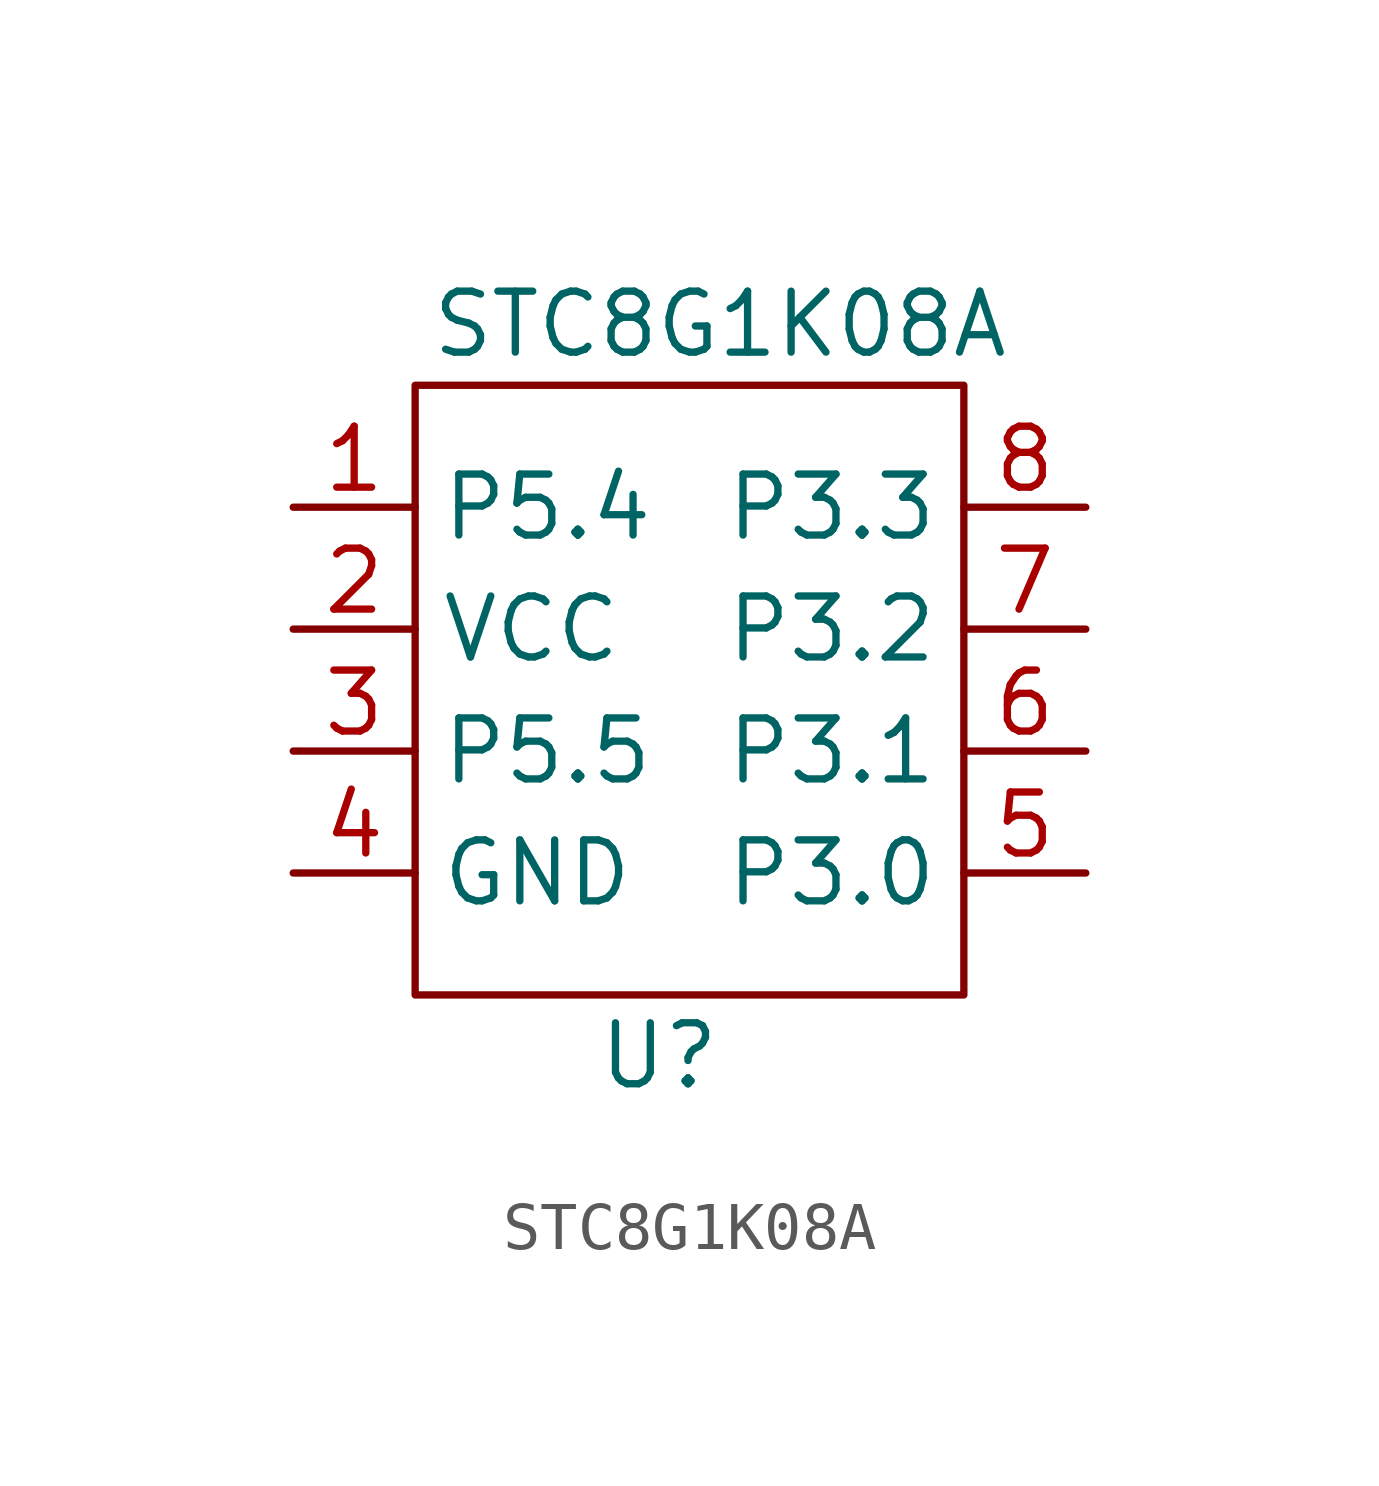
<source format=kicad_sym>
(kicad_symbol_lib
  (version 20211014)
  (generator kicad_symbol_editor)
  (symbol "STC8G1K08A"
    (property "Reference" "U"
      (at 5.08 -13.97 0)
      (effects (font (size 1.27 1.27))))
    (property "Value" "STC8G1K08A"
      (at 6.35 1.27 0)
      (effects (font (size 1.27 1.27))))
    (symbol "STC8G1K08A_0_1"
      (rectangle (start 0 0) (end 11.43 -12.7) (stroke (width 0) (type default) (color 0 0 0 0)) (fill (type none))))
    (symbol "STC8G1K08A_1_1"
      (pin input line (at -2.54 -2.54 0) (length 2.54) (name "P5.4" (effects (font (size 1.27 1.27)))) (number "1" (effects (font (size 1.27 1.27)))))
      (pin input line (at -2.54 -5.08 0) (length 2.54) (name "VCC" (effects (font (size 1.27 1.27)))) (number "2" (effects (font (size 1.27 1.27)))))
      (pin input line (at -2.54 -7.62 0) (length 2.54) (name "P5.5" (effects (font (size 1.27 1.27)))) (number "3" (effects (font (size 1.27 1.27)))))
      (pin input line (at -2.54 -10.16 0) (length 2.54) (name "GND" (effects (font (size 1.27 1.27)))) (number "4" (effects (font (size 1.27 1.27)))))
      (pin input line (at 13.97 -10.16 180) (length 2.54) (name "P3.0" (effects (font (size 1.27 1.27)))) (number "5" (effects (font (size 1.27 1.27)))))
      (pin input line (at 13.97 -7.62 180) (length 2.54) (name "P3.1" (effects (font (size 1.27 1.27)))) (number "6" (effects (font (size 1.27 1.27)))))
      (pin input line (at 13.97 -5.08 180) (length 2.54) (name "P3.2" (effects (font (size 1.27 1.27)))) (number "7" (effects (font (size 1.27 1.27)))))
      (pin input line (at 13.97 -2.54 180) (length 2.54) (name "P3.3" (effects (font (size 1.27 1.27)))) (number "8" (effects (font (size 1.27 1.27))))))))
</source>
